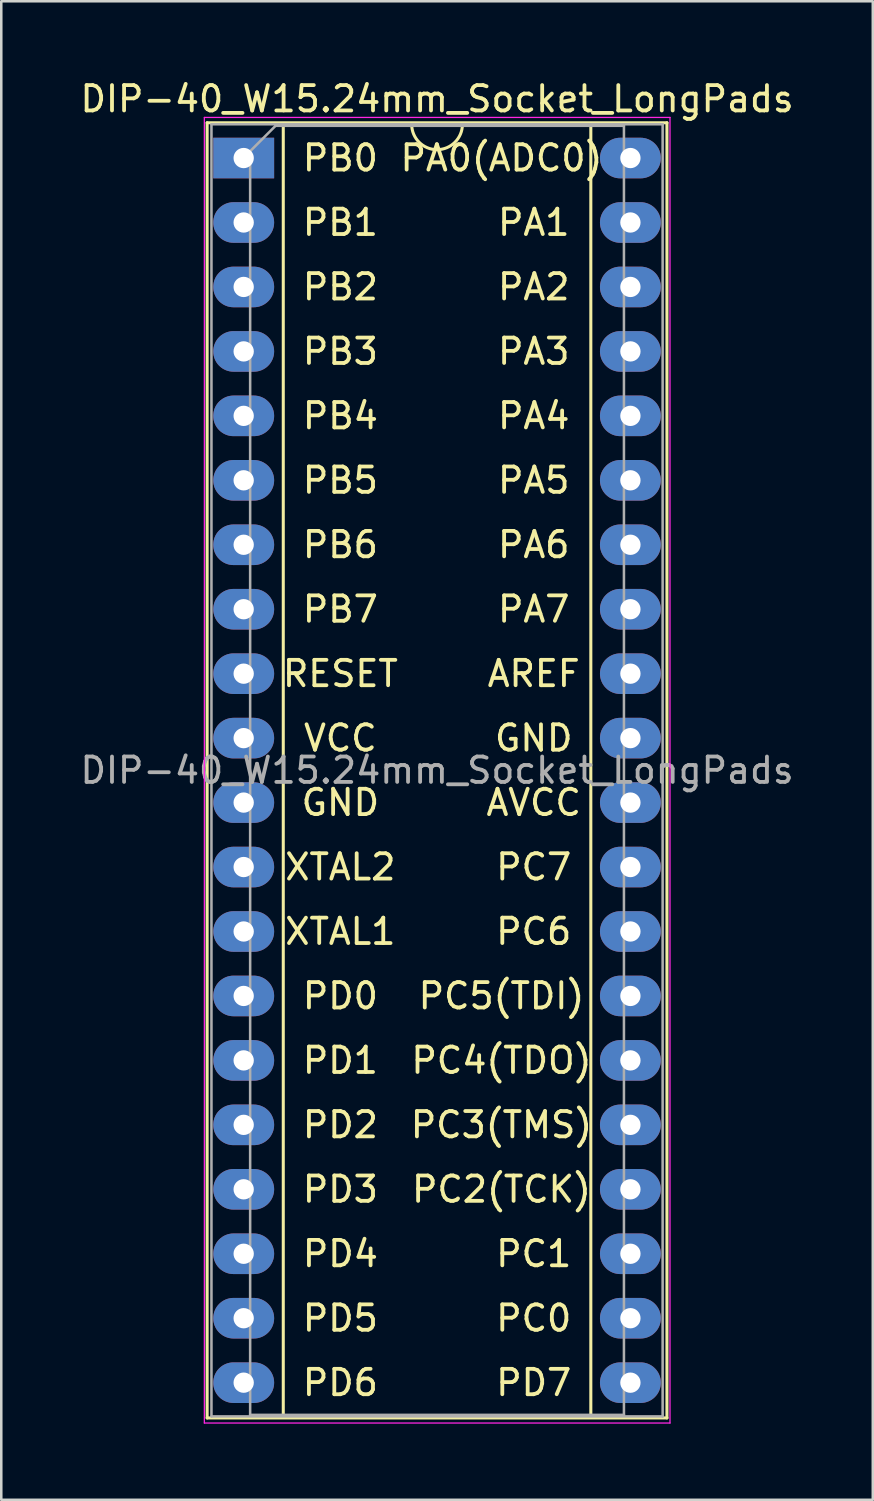
<source format=kicad_pcb>
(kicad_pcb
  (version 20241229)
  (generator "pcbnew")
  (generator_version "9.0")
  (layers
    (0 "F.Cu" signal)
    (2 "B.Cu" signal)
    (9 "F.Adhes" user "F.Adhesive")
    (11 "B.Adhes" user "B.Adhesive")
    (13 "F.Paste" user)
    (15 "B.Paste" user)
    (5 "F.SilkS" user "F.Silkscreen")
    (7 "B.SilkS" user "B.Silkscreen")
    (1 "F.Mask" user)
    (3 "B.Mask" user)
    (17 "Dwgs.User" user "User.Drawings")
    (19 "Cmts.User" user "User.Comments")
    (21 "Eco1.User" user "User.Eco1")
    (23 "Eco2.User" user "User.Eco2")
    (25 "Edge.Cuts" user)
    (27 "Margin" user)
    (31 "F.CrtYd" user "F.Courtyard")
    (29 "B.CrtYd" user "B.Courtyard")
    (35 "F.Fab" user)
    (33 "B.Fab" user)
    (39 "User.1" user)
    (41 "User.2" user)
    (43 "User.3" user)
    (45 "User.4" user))
  (footprint "DIP-40_W15.24mm_Socket_LongPads"
    (layer "F.Cu")
    (at 6.553 3.178)
    (property "Reference" "DIP-40_W15.24mm_Socket_LongPads" (at 7.62 -2.33 0) (layer "F.SilkS") (effects (font (size 1 1) (thickness 0.15))))
    (attr through_hole)
    (fp_line (start -1.44 -1.39) (end -1.44 49.65) (stroke (width 0.12) (type solid)) (layer "F.SilkS"))
    (fp_line (start -1.44 49.65) (end 16.68 49.65) (stroke (width 0.12) (type solid)) (layer "F.SilkS"))
    (fp_line (start 1.56 -1.33) (end 1.56 49.59) (stroke (width 0.12) (type solid)) (layer "F.SilkS"))
    (fp_line (start 1.56 49.59) (end 13.68 49.59) (stroke (width 0.12) (type solid)) (layer "F.SilkS"))
    (fp_line (start 6.62 -1.33) (end 1.56 -1.33) (stroke (width 0.12) (type solid)) (layer "F.SilkS"))
    (fp_line (start 13.68 -1.33) (end 8.62 -1.33) (stroke (width 0.12) (type solid)) (layer "F.SilkS"))
    (fp_line (start 13.68 49.59) (end 13.68 -1.33) (stroke (width 0.12) (type solid)) (layer "F.SilkS"))
    (fp_line (start 16.68 -1.39) (end -1.44 -1.39) (stroke (width 0.12) (type solid)) (layer "F.SilkS"))
    (fp_line (start 16.68 49.65) (end 16.68 -1.39) (stroke (width 0.12) (type solid)) (layer "F.SilkS"))
    (fp_arc (start 8.62 -1.33) (mid 7.62 -0.33) (end 6.62 -1.33) (stroke (width 0.12) (type solid)) (layer "F.SilkS"))
    (fp_line (start -1.55 -1.6) (end -1.55 49.85) (stroke (width 0.05) (type solid)) (layer "F.CrtYd"))
    (fp_line (start -1.55 49.85) (end 16.8 49.85) (stroke (width 0.05) (type solid)) (layer "F.CrtYd"))
    (fp_line (start 16.8 -1.6) (end -1.55 -1.6) (stroke (width 0.05) (type solid)) (layer "F.CrtYd"))
    (fp_line (start 16.8 49.85) (end 16.8 -1.6) (stroke (width 0.05) (type solid)) (layer "F.CrtYd"))
    (fp_line (start -1.27 -1.33) (end -1.27 49.59) (stroke (width 0.1) (type solid)) (layer "F.Fab"))
    (fp_line (start -1.27 49.59) (end 16.51 49.59) (stroke (width 0.1) (type solid)) (layer "F.Fab"))
    (fp_line (start 0.255 -0.27) (end 1.255 -1.27) (stroke (width 0.1) (type solid)) (layer "F.Fab"))
    (fp_line (start 0.255 49.53) (end 0.255 -0.27) (stroke (width 0.1) (type solid)) (layer "F.Fab"))
    (fp_line (start 1.255 -1.27) (end 14.985 -1.27) (stroke (width 0.1) (type solid)) (layer "F.Fab"))
    (fp_line (start 14.985 -1.27) (end 14.985 49.53) (stroke (width 0.1) (type solid)) (layer "F.Fab"))
    (fp_line (start 14.985 49.53) (end 0.255 49.53) (stroke (width 0.1) (type solid)) (layer "F.Fab"))
    (fp_line (start 16.51 -1.33) (end -1.27 -1.33) (stroke (width 0.1) (type solid)) (layer "F.Fab"))
    (fp_line (start 16.51 49.59) (end 16.51 -1.33) (stroke (width 0.1) (type solid)) (layer "F.Fab"))
    (fp_text user "AVCC" (at 11.43 25.4 0) (layer "F.SilkS") (effects (font (size 1 1) (thickness 0.15))))
    (fp_text user "PD0" (at 3.81 33.02 0) (layer "F.SilkS") (effects (font (size 1 1) (thickness 0.15))))
    (fp_text user "PC6" (at 11.43 30.48 0) (layer "F.SilkS") (effects (font (size 1 1) (thickness 0.15))))
    (fp_text user "PA0(ADC0)" (at 10.16 0 0) (layer "F.SilkS") (effects (font (size 1 1) (thickness 0.15))))
    (fp_text user "PA3" (at 11.43 7.62 0) (layer "F.SilkS") (effects (font (size 1 1) (thickness 0.15))))
    (fp_text user "PD2" (at 3.81 38.1 0) (layer "F.SilkS") (effects (font (size 1 1) (thickness 0.15))))
    (fp_text user "PA2" (at 11.43 5.08 0) (layer "F.SilkS") (effects (font (size 1 1) (thickness 0.15))))
    (fp_text user "PB2" (at 3.81 5.08 0) (layer "F.SilkS") (effects (font (size 1 1) (thickness 0.15))))
    (fp_text user "PB4" (at 3.81 10.16 0) (layer "F.SilkS") (effects (font (size 1 1) (thickness 0.15))))
    (fp_text user "PD4" (at 3.81 43.18 0) (layer "F.SilkS") (effects (font (size 1 1) (thickness 0.15))))
    (fp_text user "PD7" (at 11.43 48.26 0) (layer "F.SilkS") (effects (font (size 1 1) (thickness 0.15))))
    (fp_text user "XTAL2" (at 3.81 27.94 0) (layer "F.SilkS") (effects (font (size 1 1) (thickness 0.15))))
    (fp_text user "GND" (at 3.81 25.4 0) (layer "F.SilkS") (effects (font (size 1 1) (thickness 0.15))))
    (fp_text user "PB0" (at 3.81 0 0) (layer "F.SilkS") (effects (font (size 1 1) (thickness 0.15))))
    (fp_text user "PC0" (at 11.43 45.72 0) (layer "F.SilkS") (effects (font (size 1 1) (thickness 0.15))))
    (fp_text user "PB3" (at 3.81 7.62 0) (layer "F.SilkS") (effects (font (size 1 1) (thickness 0.15))))
    (fp_text user "XTAL1" (at 3.81 30.48 0) (layer "F.SilkS") (effects (font (size 1 1) (thickness 0.15))))
    (fp_text user "PC5(TDI)" (at 10.16 33.02 0) (layer "F.SilkS") (effects (font (size 1 1) (thickness 0.15))))
    (fp_text user "PD6" (at 3.81 48.26 0) (layer "F.SilkS") (effects (font (size 1 1) (thickness 0.15))))
    (fp_text user "PA4" (at 11.43 10.16 0) (layer "F.SilkS") (effects (font (size 1 1) (thickness 0.15))))
    (fp_text user "PC2(TCK)" (at 10.16 40.64 0) (layer "F.SilkS") (effects (font (size 1 1) (thickness 0.15))))
    (fp_text user "PD3" (at 3.81 40.64 0) (layer "F.SilkS") (effects (font (size 1 1) (thickness 0.15))))
    (fp_text user "AREF" (at 11.43 20.32 0) (layer "F.SilkS") (effects (font (size 1 1) (thickness 0.15))))
    (fp_text user "PD1" (at 3.81 35.56 0) (layer "F.SilkS") (effects (font (size 1 1) (thickness 0.15))))
    (fp_text user "PA1" (at 11.43 2.54 0) (layer "F.SilkS") (effects (font (size 1 1) (thickness 0.15))))
    (fp_text user "PB5" (at 3.81 12.7 0) (layer "F.SilkS") (effects (font (size 1 1) (thickness 0.15))))
    (fp_text user "PC4(TDO)" (at 10.16 35.56 0) (layer "F.SilkS") (effects (font (size 1 1) (thickness 0.15))))
    (fp_text user "PA6" (at 11.43 15.24 0) (layer "F.SilkS") (effects (font (size 1 1) (thickness 0.15))))
    (fp_text user "PB1" (at 3.81 2.54 0) (layer "F.SilkS") (effects (font (size 1 1) (thickness 0.15))))
    (fp_text user "VCC" (at 3.81 22.86 0) (layer "F.SilkS") (effects (font (size 1 1) (thickness 0.15))))
    (fp_text user "PC7" (at 11.43 27.94 0) (layer "F.SilkS") (effects (font (size 1 1) (thickness 0.15))))
    (fp_text user "RESET" (at 3.81 20.32 0) (layer "F.SilkS") (effects (font (size 1 1) (thickness 0.15))))
    (fp_text user "PC1" (at 11.43 43.18 0) (layer "F.SilkS") (effects (font (size 1 1) (thickness 0.15))))
    (fp_text user "GND" (at 11.43 22.86 0) (layer "F.SilkS") (effects (font (size 1 1) (thickness 0.15))))
    (fp_text user "PD5" (at 3.81 45.72 0) (layer "F.SilkS") (effects (font (size 1 1) (thickness 0.15))))
    (fp_text user "PA5" (at 11.43 12.7 0) (layer "F.SilkS") (effects (font (size 1 1) (thickness 0.15))))
    (fp_text user "PB7" (at 3.81 17.78 0) (layer "F.SilkS") (effects (font (size 1 1) (thickness 0.15))))
    (fp_text user "PA7" (at 11.43 17.78 0) (layer "F.SilkS") (effects (font (size 1 1) (thickness 0.15))))
    (fp_text user "PC3(TMS)" (at 10.16 38.1 0) (layer "F.SilkS") (effects (font (size 1 1) (thickness 0.15))))
    (fp_text user "PB6" (at 3.81 15.24 0) (layer "F.SilkS") (effects (font (size 1 1) (thickness 0.15))))
    (fp_text user "${REFERENCE}" (at 7.62 24.13 0) (layer "F.Fab") (effects (font (size 1 1) (thickness 0.15))))
    (pad "1" thru_hole rect (at 0 0) (size 2.4 1.6) (drill 0.8) (layers "*.Cu" "*.Mask"))
    (pad "2" thru_hole oval (at 0 2.54) (size 2.4 1.6) (drill 0.8) (layers "*.Cu" "*.Mask"))
    (pad "3" thru_hole oval (at 0 5.08) (size 2.4 1.6) (drill 0.8) (layers "*.Cu" "*.Mask"))
    (pad "4" thru_hole oval (at 0 7.62) (size 2.4 1.6) (drill 0.8) (layers "*.Cu" "*.Mask"))
    (pad "5" thru_hole oval (at 0 10.16) (size 2.4 1.6) (drill 0.8) (layers "*.Cu" "*.Mask"))
    (pad "6" thru_hole oval (at 0 12.7) (size 2.4 1.6) (drill 0.8) (layers "*.Cu" "*.Mask"))
    (pad "7" thru_hole oval (at 0 15.24) (size 2.4 1.6) (drill 0.8) (layers "*.Cu" "*.Mask"))
    (pad "8" thru_hole oval (at 0 17.78) (size 2.4 1.6) (drill 0.8) (layers "*.Cu" "*.Mask"))
    (pad "9" thru_hole oval (at 0 20.32) (size 2.4 1.6) (drill 0.8) (layers "*.Cu" "*.Mask"))
    (pad "10" thru_hole oval (at 0 22.86) (size 2.4 1.6) (drill 0.8) (layers "*.Cu" "*.Mask"))
    (pad "11" thru_hole oval (at 0 25.4) (size 2.4 1.6) (drill 0.8) (layers "*.Cu" "*.Mask"))
    (pad "12" thru_hole oval (at 0 27.94) (size 2.4 1.6) (drill 0.8) (layers "*.Cu" "*.Mask"))
    (pad "13" thru_hole oval (at 0 30.48) (size 2.4 1.6) (drill 0.8) (layers "*.Cu" "*.Mask"))
    (pad "14" thru_hole oval (at 0 33.02) (size 2.4 1.6) (drill 0.8) (layers "*.Cu" "*.Mask"))
    (pad "15" thru_hole oval (at 0 35.56) (size 2.4 1.6) (drill 0.8) (layers "*.Cu" "*.Mask"))
    (pad "16" thru_hole oval (at 0 38.1) (size 2.4 1.6) (drill 0.8) (layers "*.Cu" "*.Mask"))
    (pad "17" thru_hole oval (at 0 40.64) (size 2.4 1.6) (drill 0.8) (layers "*.Cu" "*.Mask"))
    (pad "18" thru_hole oval (at 0 43.18) (size 2.4 1.6) (drill 0.8) (layers "*.Cu" "*.Mask"))
    (pad "19" thru_hole oval (at 0 45.72) (size 2.4 1.6) (drill 0.8) (layers "*.Cu" "*.Mask"))
    (pad "20" thru_hole oval (at 0 48.26) (size 2.4 1.6) (drill 0.8) (layers "*.Cu" "*.Mask"))
    (pad "21" thru_hole oval (at 15.24 48.26) (size 2.4 1.6) (drill 0.8) (layers "*.Cu" "*.Mask"))
    (pad "22" thru_hole oval (at 15.24 45.72) (size 2.4 1.6) (drill 0.8) (layers "*.Cu" "*.Mask"))
    (pad "23" thru_hole oval (at 15.24 43.18) (size 2.4 1.6) (drill 0.8) (layers "*.Cu" "*.Mask"))
    (pad "24" thru_hole oval (at 15.24 40.64) (size 2.4 1.6) (drill 0.8) (layers "*.Cu" "*.Mask"))
    (pad "25" thru_hole oval (at 15.24 38.1) (size 2.4 1.6) (drill 0.8) (layers "*.Cu" "*.Mask"))
    (pad "26" thru_hole oval (at 15.24 35.56) (size 2.4 1.6) (drill 0.8) (layers "*.Cu" "*.Mask"))
    (pad "27" thru_hole oval (at 15.24 33.02) (size 2.4 1.6) (drill 0.8) (layers "*.Cu" "*.Mask"))
    (pad "28" thru_hole oval (at 15.24 30.48) (size 2.4 1.6) (drill 0.8) (layers "*.Cu" "*.Mask"))
    (pad "29" thru_hole oval (at 15.24 27.94) (size 2.4 1.6) (drill 0.8) (layers "*.Cu" "*.Mask"))
    (pad "30" thru_hole oval (at 15.24 25.4) (size 2.4 1.6) (drill 0.8) (layers "*.Cu" "*.Mask"))
    (pad "31" thru_hole oval (at 15.24 22.86) (size 2.4 1.6) (drill 0.8) (layers "*.Cu" "*.Mask"))
    (pad "32" thru_hole oval (at 15.24 20.32) (size 2.4 1.6) (drill 0.8) (layers "*.Cu" "*.Mask"))
    (pad "33" thru_hole oval (at 15.24 17.78) (size 2.4 1.6) (drill 0.8) (layers "*.Cu" "*.Mask"))
    (pad "34" thru_hole oval (at 15.24 15.24) (size 2.4 1.6) (drill 0.8) (layers "*.Cu" "*.Mask"))
    (pad "35" thru_hole oval (at 15.24 12.7) (size 2.4 1.6) (drill 0.8) (layers "*.Cu" "*.Mask"))
    (pad "36" thru_hole oval (at 15.24 10.16) (size 2.4 1.6) (drill 0.8) (layers "*.Cu" "*.Mask"))
    (pad "37" thru_hole oval (at 15.24 7.62) (size 2.4 1.6) (drill 0.8) (layers "*.Cu" "*.Mask"))
    (pad "38" thru_hole oval (at 15.24 5.08) (size 2.4 1.6) (drill 0.8) (layers "*.Cu" "*.Mask"))
    (pad "39" thru_hole oval (at 15.24 2.54) (size 2.4 1.6) (drill 0.8) (layers "*.Cu" "*.Mask"))
    (pad "40" thru_hole oval (at 15.24 0) (size 2.4 1.6) (drill 0.8) (layers "*.Cu" "*.Mask")))
  (gr_rect
    (start -3 -3)
    (end 31.345 56.053)
    (stroke (width 0.1) (type default))
    (fill no)
    (layer "Edge.Cuts")))
</source>
